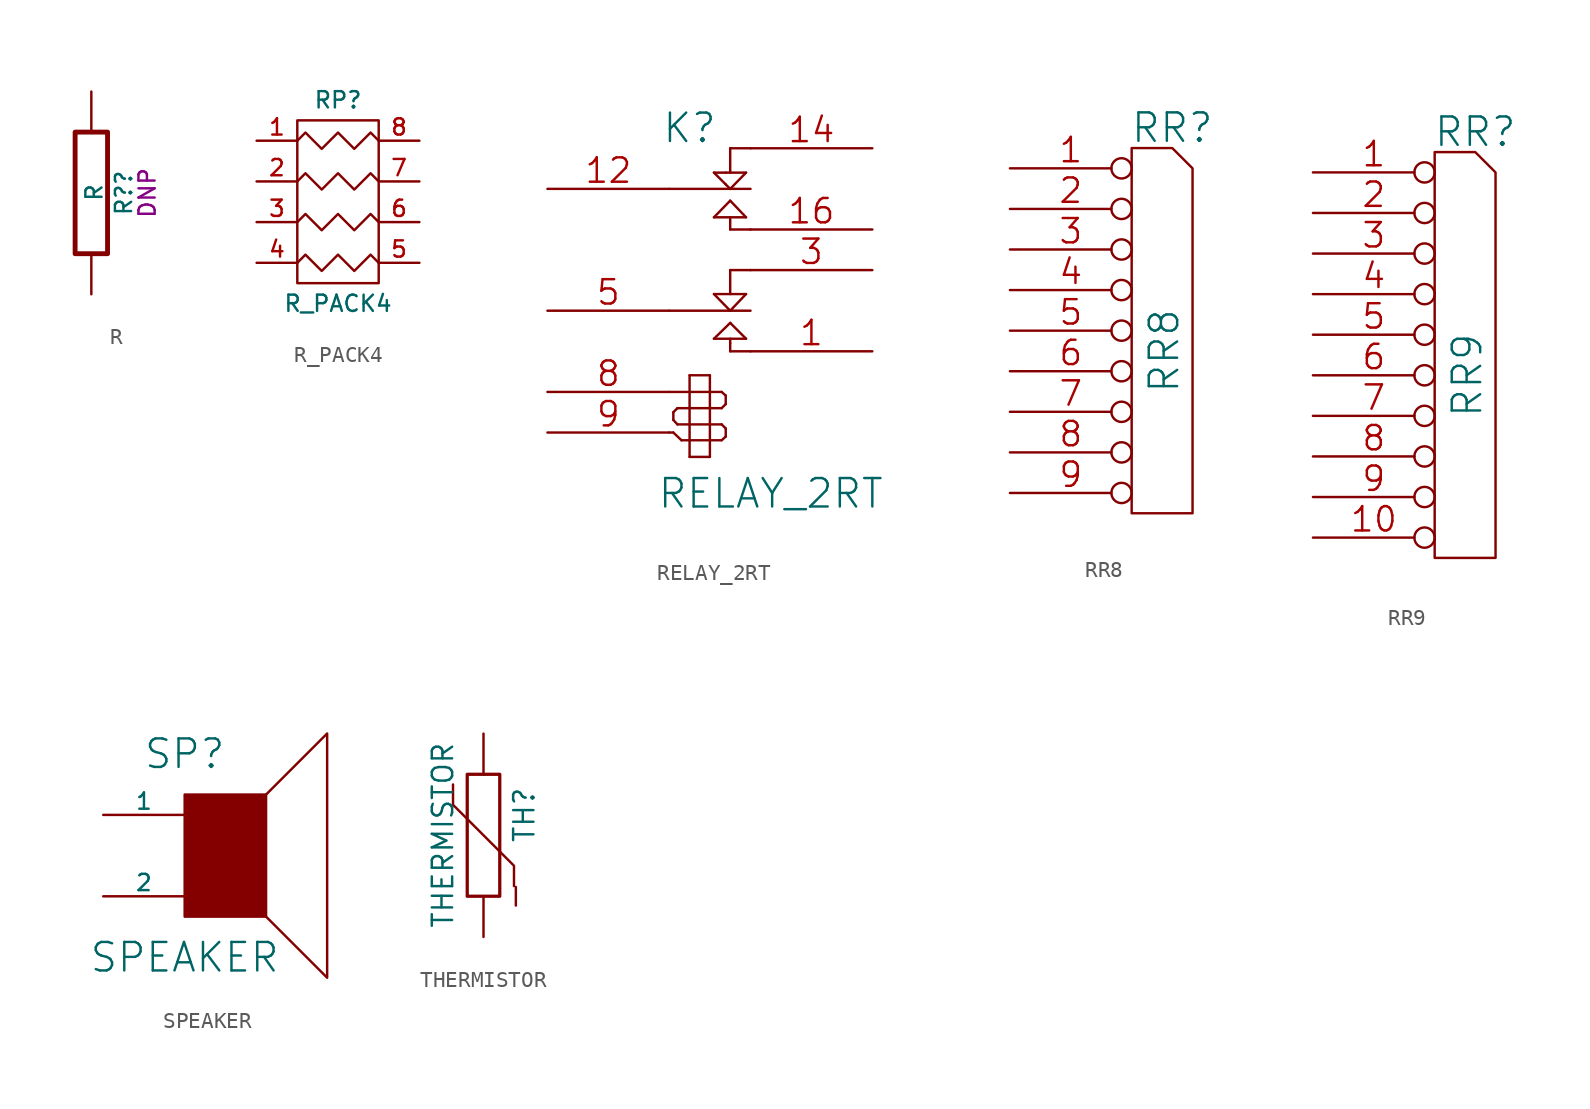
<source format=kicad_sym>
(kicad_symbol_lib
  (version 20211014)
  (generator kicad_symbol_editor)
  (symbol "R"
    (pin_numbers hide)
    (pin_names
      (offset 0))
    (property "Reference" "R?"
      (at 2.032 0 90)
      (effects (font (size 1.016 1.016))))
    (property "Value" "R"
      (at 0.178 0.025 90)
      (effects (font (size 1.016 1.016))))
    (property "LCSC" "DNP"
      (at 3.505 0 90)
      (effects (font (size 1.016 1.016))))
    (symbol "R_0_1"
      (rectangle (start -1.016 3.81) (end 1.016 -3.81) (stroke (width 0.305) (type default) (color 0 0 0 0)) (fill (type none))))
    (symbol "R_1_1"
      (pin passive line (at 0 6.35 270) (length 2.54) (name "~" (effects (font (size 1.524 1.524)))) (number "1" (effects (font (size 1.524 1.524)))))
      (pin passive line (at 0 -6.35 90) (length 2.54) (name "~" (effects (font (size 1.524 1.524)))) (number "2" (effects (font (size 1.524 1.524)))))))
  (symbol "R_PACK4"
    (pin_names hide)
    (property "Reference" "RP"
      (at 0 11.43 0)
      (effects (font (size 1.016 1.016))))
    (property "Value" "R_PACK4"
      (at 0 -1.27 0)
      (effects (font (size 1.016 1.016))))
    (property "Footprint" ""
      (at 0 0 0)
      (effects (font (size 1.524 1.524))))
    (property "Datasheet" ""
      (at 0 0 0)
      (effects (font (size 1.524 1.524))))
    (symbol "R_PACK4_0_1"
      (polyline (pts (xy -2.54 10.16) (xy -2.54 0) (xy 2.54 0) (xy 2.54 10.16) (xy -2.54 10.16)) (stroke (width 0) (type default) (color 0 0 0 0)) (fill (type none)))
      (polyline (pts (xy -2.54 1.27) (xy -2.032 1.778) (xy -1.016 0.762) (xy 0 1.778) (xy 1.016 0.762) (xy 2.032 1.778) (xy 2.54 1.27)) (stroke (width 0) (type default) (color 0 0 0 0)) (fill (type none)))
      (polyline (pts (xy -2.54 3.81) (xy -2.032 4.318) (xy -1.016 3.302) (xy 0 4.318) (xy 1.016 3.302) (xy 2.032 4.318) (xy 2.54 3.81)) (stroke (width 0) (type default) (color 0 0 0 0)) (fill (type none)))
      (polyline (pts (xy -2.54 6.35) (xy -2.032 6.858) (xy -1.016 5.842) (xy 0 6.858) (xy 1.016 5.842) (xy 2.032 6.858) (xy 2.54 6.35)) (stroke (width 0) (type default) (color 0 0 0 0)) (fill (type none)))
      (polyline (pts (xy -2.54 8.89) (xy -2.032 9.398) (xy -1.016 8.382) (xy 0 9.398) (xy 1.016 8.382) (xy 2.032 9.398) (xy 2.54 8.89)) (stroke (width 0) (type default) (color 0 0 0 0)) (fill (type none))))
    (symbol "R_PACK4_1_1"
      (pin passive line (at -5.08 8.89 0) (length 2.54) (name "P1" (effects (font (size 1.016 1.016)))) (number "1" (effects (font (size 1.016 1.016)))))
      (pin passive line (at -5.08 6.35 0) (length 2.54) (name "P2" (effects (font (size 1.016 1.016)))) (number "2" (effects (font (size 1.016 1.016)))))
      (pin passive line (at -5.08 3.81 0) (length 2.54) (name "P3" (effects (font (size 1.016 1.016)))) (number "3" (effects (font (size 1.016 1.016)))))
      (pin passive line (at -5.08 1.27 0) (length 2.54) (name "P4" (effects (font (size 1.016 1.016)))) (number "4" (effects (font (size 1.016 1.016)))))
      (pin passive line (at 5.08 1.27 180) (length 2.54) (name "R4" (effects (font (size 1.016 1.016)))) (number "5" (effects (font (size 1.016 1.016)))))
      (pin passive line (at 5.08 3.81 180) (length 2.54) (name "R3" (effects (font (size 1.016 1.016)))) (number "6" (effects (font (size 1.016 1.016)))))
      (pin passive line (at 5.08 6.35 180) (length 2.54) (name "R2" (effects (font (size 1.016 1.016)))) (number "7" (effects (font (size 1.016 1.016)))))
      (pin passive line (at 5.08 8.89 180) (length 2.54) (name "R1" (effects (font (size 1.016 1.016)))) (number "8" (effects (font (size 1.016 1.016)))))))
  (symbol "RELAY_2RT"
    (pin_names
      (offset 1.016) hide)
    (property "Reference" "K"
      (at -1.27 10.16 0)
      (effects (font (size 1.778 1.778))))
    (property "Value" "RELAY_2RT"
      (at 3.81 -12.7 0)
      (effects (font (size 1.778 1.778))))
    (property "Footprint" ""
      (at 0 0 0)
      (effects (font (size 1.524 1.524))))
    (property "Datasheet" ""
      (at 0 0 0)
      (effects (font (size 1.524 1.524))))
    (symbol "RELAY_2RT_0_1"
      (polyline (pts (xy -2.54 -8.89) (xy -2.286 -8.89)) (stroke (width 0) (type default) (color 0 0 0 0)) (fill (type none)))
      (polyline (pts (xy -2.54 -6.35) (xy -1.27 -6.35)) (stroke (width 0) (type default) (color 0 0 0 0)) (fill (type none)))
      (polyline (pts (xy -2.54 -1.27) (xy 1.27 -1.27)) (stroke (width 0) (type default) (color 0 0 0 0)) (fill (type none)))
      (polyline (pts (xy -2.286 -8.89) (xy -1.778 -9.373)) (stroke (width 0) (type default) (color 0 0 0 0)) (fill (type none)))
      (polyline (pts (xy -2.286 -8.103) (xy -2.286 -7.62)) (stroke (width 0) (type default) (color 0 0 0 0)) (fill (type none)))
      (polyline (pts (xy -2.032 -8.382) (xy -2.286 -8.103)) (stroke (width 0) (type default) (color 0 0 0 0)) (fill (type none)))
      (polyline (pts (xy -2.032 -7.366) (xy -2.286 -7.62)) (stroke (width 0) (type default) (color 0 0 0 0)) (fill (type none)))
      (polyline (pts (xy -1.778 -9.373) (xy -1.27 -9.373)) (stroke (width 0) (type default) (color 0 0 0 0)) (fill (type none)))
      (polyline (pts (xy -1.27 -10.414) (xy -1.27 -5.309)) (stroke (width 0) (type default) (color 0 0 0 0)) (fill (type none)))
      (polyline (pts (xy -1.27 -8.382) (xy -2.032 -8.382)) (stroke (width 0) (type default) (color 0 0 0 0)) (fill (type none)))
      (polyline (pts (xy -1.27 -8.382) (xy 0 -8.382)) (stroke (width 0) (type default) (color 0 0 0 0)) (fill (type none)))
      (polyline (pts (xy -1.27 -7.366) (xy -2.032 -7.366)) (stroke (width 0) (type default) (color 0 0 0 0)) (fill (type none)))
      (polyline (pts (xy -1.27 -6.35) (xy 0 -6.35)) (stroke (width 0) (type default) (color 0 0 0 0)) (fill (type none)))
      (polyline (pts (xy -1.27 -5.309) (xy 0 -5.309)) (stroke (width 0) (type default) (color 0 0 0 0)) (fill (type none)))
      (polyline (pts (xy 0 -10.414) (xy -1.27 -10.414)) (stroke (width 0) (type default) (color 0 0 0 0)) (fill (type none)))
      (polyline (pts (xy 0 -9.373) (xy -1.27 -9.373)) (stroke (width 0) (type default) (color 0 0 0 0)) (fill (type none)))
      (polyline (pts (xy 0 -9.373) (xy 0.737 -9.373)) (stroke (width 0) (type default) (color 0 0 0 0)) (fill (type none)))
      (polyline (pts (xy 0 -8.382) (xy 0.737 -8.382)) (stroke (width 0) (type default) (color 0 0 0 0)) (fill (type none)))
      (polyline (pts (xy 0 -7.366) (xy -1.27 -7.366)) (stroke (width 0) (type default) (color 0 0 0 0)) (fill (type none)))
      (polyline (pts (xy 0 -7.366) (xy 0.737 -7.366)) (stroke (width 0) (type default) (color 0 0 0 0)) (fill (type none)))
      (polyline (pts (xy 0 -6.35) (xy 0.737 -6.35)) (stroke (width 0) (type default) (color 0 0 0 0)) (fill (type none)))
      (polyline (pts (xy 0 -5.309) (xy 0 -10.414)) (stroke (width 0) (type default) (color 0 0 0 0)) (fill (type none)))
      (polyline (pts (xy 0.254 -3.023) (xy 2.261 -3.023)) (stroke (width 0) (type default) (color 0 0 0 0)) (fill (type none)))
      (polyline (pts (xy 0.254 -0.229) (xy 2.261 -0.229)) (stroke (width 0) (type default) (color 0 0 0 0)) (fill (type none)))
      (polyline (pts (xy 0.254 4.572) (xy 1.27 5.613)) (stroke (width 0) (type default) (color 0 0 0 0)) (fill (type none)))
      (polyline (pts (xy 0.254 7.366) (xy 0.991 7.366)) (stroke (width 0) (type default) (color 0 0 0 0)) (fill (type none)))
      (polyline (pts (xy 0.737 -9.373) (xy 0.991 -9.144)) (stroke (width 0) (type default) (color 0 0 0 0)) (fill (type none)))
      (polyline (pts (xy 0.737 -8.382) (xy 0.991 -8.636)) (stroke (width 0) (type default) (color 0 0 0 0)) (fill (type none)))
      (polyline (pts (xy 0.737 -7.366) (xy 0.991 -7.112)) (stroke (width 0) (type default) (color 0 0 0 0)) (fill (type none)))
      (polyline (pts (xy 0.737 -6.35) (xy 0.991 -6.579)) (stroke (width 0) (type default) (color 0 0 0 0)) (fill (type none)))
      (polyline (pts (xy 0.991 -9.144) (xy 0.991 -8.636)) (stroke (width 0) (type default) (color 0 0 0 0)) (fill (type none)))
      (polyline (pts (xy 0.991 -6.579) (xy 0.991 -7.112)) (stroke (width 0) (type default) (color 0 0 0 0)) (fill (type none)))
      (polyline (pts (xy 0.991 6.629) (xy 0.254 7.366)) (stroke (width 0) (type default) (color 0 0 0 0)) (fill (type none)))
      (polyline (pts (xy 0.991 6.629) (xy 1.27 6.35)) (stroke (width 0) (type default) (color 0 0 0 0)) (fill (type none)))
      (polyline (pts (xy 0.991 7.366) (xy 2.261 7.366)) (stroke (width 0) (type default) (color 0 0 0 0)) (fill (type none)))
      (polyline (pts (xy 1.27 -3.81) (xy 1.27 -3.302)) (stroke (width 0) (type default) (color 0 0 0 0)) (fill (type none)))
      (polyline (pts (xy 1.27 -3.302) (xy 1.27 -3.023)) (stroke (width 0) (type default) (color 0 0 0 0)) (fill (type none)))
      (polyline (pts (xy 1.27 -2.032) (xy 0.254 -3.023)) (stroke (width 0) (type default) (color 0 0 0 0)) (fill (type none)))
      (polyline (pts (xy 1.27 -1.27) (xy 0.254 -0.229)) (stroke (width 0) (type default) (color 0 0 0 0)) (fill (type none)))
      (polyline (pts (xy 1.27 -1.27) (xy 2.54 -1.27)) (stroke (width 0) (type default) (color 0 0 0 0)) (fill (type none)))
      (polyline (pts (xy 1.27 1.27) (xy 1.27 -0.229)) (stroke (width 0) (type default) (color 0 0 0 0)) (fill (type none)))
      (polyline (pts (xy 1.27 1.27) (xy 2.54 1.27)) (stroke (width 0) (type default) (color 0 0 0 0)) (fill (type none)))
      (polyline (pts (xy 1.27 3.81) (xy 1.27 4.572)) (stroke (width 0) (type default) (color 0 0 0 0)) (fill (type none)))
      (polyline (pts (xy 1.27 3.81) (xy 2.54 3.81)) (stroke (width 0) (type default) (color 0 0 0 0)) (fill (type none)))
      (polyline (pts (xy 1.27 5.613) (xy 2.261 4.572)) (stroke (width 0) (type default) (color 0 0 0 0)) (fill (type none)))
      (polyline (pts (xy 1.27 6.35) (xy -2.54 6.35)) (stroke (width 0) (type default) (color 0 0 0 0)) (fill (type none)))
      (polyline (pts (xy 1.27 6.35) (xy 1.524 6.35)) (stroke (width 0) (type default) (color 0 0 0 0)) (fill (type none)))
      (polyline (pts (xy 1.27 8.89) (xy 1.27 7.366)) (stroke (width 0) (type default) (color 0 0 0 0)) (fill (type none)))
      (polyline (pts (xy 1.27 8.89) (xy 2.54 8.89)) (stroke (width 0) (type default) (color 0 0 0 0)) (fill (type none)))
      (polyline (pts (xy 1.524 6.35) (xy 2.54 6.35)) (stroke (width 0) (type default) (color 0 0 0 0)) (fill (type none)))
      (polyline (pts (xy 2.261 -3.023) (xy 1.27 -2.032)) (stroke (width 0) (type default) (color 0 0 0 0)) (fill (type none)))
      (polyline (pts (xy 2.261 -0.229) (xy 1.27 -1.27)) (stroke (width 0) (type default) (color 0 0 0 0)) (fill (type none)))
      (polyline (pts (xy 2.261 4.572) (xy 0.254 4.572)) (stroke (width 0) (type default) (color 0 0 0 0)) (fill (type none)))
      (polyline (pts (xy 2.261 7.366) (xy 1.27 6.35)) (stroke (width 0) (type default) (color 0 0 0 0)) (fill (type none)))
      (polyline (pts (xy 2.54 -3.81) (xy 1.27 -3.81)) (stroke (width 0) (type default) (color 0 0 0 0)) (fill (type none))))
    (symbol "RELAY_2RT_1_1"
      (pin passive line (at 10.16 -3.81 180) (length 7.62) (name "T1" (effects (font (size 1.524 1.524)))) (number "1" (effects (font (size 1.524 1.524)))))
      (pin passive line (at -10.16 6.35 0) (length 7.62) (name "C2" (effects (font (size 1.524 1.524)))) (number "12" (effects (font (size 1.524 1.524)))))
      (pin passive line (at 10.16 8.89 180) (length 7.62) (name "R2" (effects (font (size 1.524 1.524)))) (number "14" (effects (font (size 1.524 1.524)))))
      (pin passive line (at 10.16 3.81 180) (length 7.62) (name "T2" (effects (font (size 1.524 1.524)))) (number "16" (effects (font (size 1.524 1.524)))))
      (pin passive line (at 10.16 1.27 180) (length 7.62) (name "R1" (effects (font (size 1.524 1.524)))) (number "3" (effects (font (size 1.524 1.524)))))
      (pin passive line (at -10.16 -1.27 0) (length 7.62) (name "C1" (effects (font (size 1.524 1.524)))) (number "5" (effects (font (size 1.524 1.524)))))
      (pin input line (at -10.16 -6.35 0) (length 7.62) (name "8" (effects (font (size 1.524 1.524)))) (number "8" (effects (font (size 1.524 1.524)))))
      (pin input line (at -10.16 -8.89 0) (length 7.62) (name "9" (effects (font (size 1.524 1.524)))) (number "9" (effects (font (size 1.524 1.524)))))))
  (symbol "RR8"
    (pin_names
      (offset 1.016) hide)
    (property "Reference" "RR"
      (at 1.27 13.97 0)
      (effects (font (size 1.778 1.778))))
    (property "Value" "RR8"
      (at 0.762 0 90)
      (effects (font (size 1.778 1.778))))
    (property "Footprint" ""
      (at 0 0 0)
      (effects (font (size 1.524 1.524))))
    (property "Datasheet" ""
      (at 0 0 0)
      (effects (font (size 1.524 1.524))))
    (symbol "RR8_0_1"
      (polyline (pts (xy -1.27 -10.16) (xy -1.27 12.7) (xy 1.27 12.7) (xy 2.54 11.43) (xy 2.54 -10.16) (xy -1.27 -10.16)) (stroke (width 0) (type default) (color 0 0 0 0)) (fill (type none))))
    (symbol "RR8_1_1"
      (pin passive inverted (at -8.89 11.43 0) (length 7.62) (name "COM" (effects (font (size 1.524 1.524)))) (number "1" (effects (font (size 1.524 1.524)))))
      (pin passive inverted (at -8.89 8.89 0) (length 7.62) (name "2" (effects (font (size 1.524 1.524)))) (number "2" (effects (font (size 1.524 1.524)))))
      (pin passive inverted (at -8.89 6.35 0) (length 7.62) (name "3" (effects (font (size 1.524 1.524)))) (number "3" (effects (font (size 1.524 1.524)))))
      (pin passive inverted (at -8.89 3.81 0) (length 7.62) (name "4" (effects (font (size 1.524 1.524)))) (number "4" (effects (font (size 1.524 1.524)))))
      (pin passive inverted (at -8.89 1.27 0) (length 7.62) (name "5" (effects (font (size 1.524 1.524)))) (number "5" (effects (font (size 1.524 1.524)))))
      (pin passive inverted (at -8.89 -1.27 0) (length 7.62) (name "6" (effects (font (size 1.524 1.524)))) (number "6" (effects (font (size 1.524 1.524)))))
      (pin passive inverted (at -8.89 -3.81 0) (length 7.62) (name "7" (effects (font (size 1.524 1.524)))) (number "7" (effects (font (size 1.524 1.524)))))
      (pin passive inverted (at -8.89 -6.35 0) (length 7.62) (name "8" (effects (font (size 1.524 1.524)))) (number "8" (effects (font (size 1.524 1.524)))))
      (pin passive inverted (at -8.89 -8.89 0) (length 7.62) (name "9" (effects (font (size 1.524 1.524)))) (number "9" (effects (font (size 1.524 1.524)))))))
  (symbol "RR9"
    (pin_names
      (offset 1.016) hide)
    (property "Reference" "RR"
      (at 1.27 15.24 0)
      (effects (font (size 1.778 1.778))))
    (property "Value" "RR9"
      (at 0.762 0 90)
      (effects (font (size 1.778 1.778))))
    (property "Footprint" ""
      (at 0 0 0)
      (effects (font (size 1.524 1.524))))
    (property "Datasheet" ""
      (at 0 0 0)
      (effects (font (size 1.524 1.524))))
    (symbol "RR9_0_1"
      (polyline (pts (xy -1.27 -11.43) (xy -1.27 13.97) (xy 1.27 13.97) (xy 2.54 12.7) (xy 2.54 -11.43) (xy -1.27 -11.43)) (stroke (width 0) (type default) (color 0 0 0 0)) (fill (type none))))
    (symbol "RR9_1_1"
      (pin passive inverted (at -8.89 12.7 0) (length 7.62) (name "COM" (effects (font (size 1.524 1.524)))) (number "1" (effects (font (size 1.524 1.524)))))
      (pin passive inverted (at -8.89 -10.16 0) (length 7.62) (name "10" (effects (font (size 1.524 1.524)))) (number "10" (effects (font (size 1.524 1.524)))))
      (pin passive inverted (at -8.89 10.16 0) (length 7.62) (name "2" (effects (font (size 1.524 1.524)))) (number "2" (effects (font (size 1.524 1.524)))))
      (pin passive inverted (at -8.89 7.62 0) (length 7.62) (name "3" (effects (font (size 1.524 1.524)))) (number "3" (effects (font (size 1.524 1.524)))))
      (pin passive inverted (at -8.89 5.08 0) (length 7.62) (name "4" (effects (font (size 1.524 1.524)))) (number "4" (effects (font (size 1.524 1.524)))))
      (pin passive inverted (at -8.89 2.54 0) (length 7.62) (name "5" (effects (font (size 1.524 1.524)))) (number "5" (effects (font (size 1.524 1.524)))))
      (pin passive inverted (at -8.89 0 0) (length 7.62) (name "6" (effects (font (size 1.524 1.524)))) (number "6" (effects (font (size 1.524 1.524)))))
      (pin passive inverted (at -8.89 -2.54 0) (length 7.62) (name "7" (effects (font (size 1.524 1.524)))) (number "7" (effects (font (size 1.524 1.524)))))
      (pin passive inverted (at -8.89 -5.08 0) (length 7.62) (name "8" (effects (font (size 1.524 1.524)))) (number "8" (effects (font (size 1.524 1.524)))))
      (pin passive inverted (at -8.89 -7.62 0) (length 7.62) (name "9" (effects (font (size 1.524 1.524)))) (number "9" (effects (font (size 1.524 1.524)))))))
  (symbol "SPEAKER"
    (pin_numbers hide)
    (pin_names
      (offset 0))
    (property "Reference" "SP"
      (at -2.54 6.35 0)
      (effects (font (size 1.778 1.778))))
    (property "Value" "SPEAKER"
      (at -2.54 -6.35 0)
      (effects (font (size 1.778 1.778))))
    (property "Footprint" ""
      (at 0 0 0)
      (effects (font (size 1.524 1.524))))
    (property "Datasheet" ""
      (at 0 0 0)
      (effects (font (size 1.524 1.524))))
    (symbol "SPEAKER_0_0"
      (polyline (pts (xy 2.54 3.81) (xy 6.35 7.62) (xy 6.35 -7.62) (xy 2.54 -3.81)) (stroke (width 0) (type default) (color 0 0 0 0)) (fill (type none)))
      (polyline (pts (xy -2.54 3.81) (xy 2.54 3.81) (xy 2.54 -3.81) (xy -2.54 -3.81) (xy -2.54 3.81)) (stroke (width 0) (type default) (color 0 0 0 0)) (fill (type outline))))
    (symbol "SPEAKER_1_1"
      (pin input line (at -7.62 2.54 0) (length 5.08) (name "1" (effects (font (size 1.016 1.016)))) (number "1" (effects (font (size 1.016 1.016)))))
      (pin input line (at -7.62 -2.54 0) (length 5.08) (name "2" (effects (font (size 1.016 1.016)))) (number "2" (effects (font (size 1.016 1.016)))))))
  (symbol "THERMISTOR"
    (pin_numbers hide)
    (pin_names
      (offset 0))
    (property "Reference" "TH"
      (at 2.54 1.27 90)
      (effects (font (size 1.27 1.27))))
    (property "Value" "THERMISTOR"
      (at -2.54 0 90)
      (effects (font (size 1.27 1.27))))
    (property "Footprint" ""
      (at 0 0 0)
      (effects (font (size 1.524 1.524))))
    (property "Datasheet" ""
      (at 0 0 0)
      (effects (font (size 1.524 1.524))))
    (symbol "THERMISTOR_0_1"
      (rectangle (start -1.016 3.81) (end 1.016 -3.81) (stroke (width 0.203) (type default) (color 0 0 0 0)) (fill (type none)))
      (polyline (pts (xy -1.905 3.175) (xy -1.905 1.905) (xy 1.905 -1.905) (xy 1.905 -3.175) (xy 1.905 -3.175)) (stroke (width 0) (type default) (color 0 0 0 0)) (fill (type none)))
      (text "-" (at 1.905 -3.81 900) (effects (font (size 1.524 1.524)))))
    (symbol "THERMISTOR_1_1"
      (pin passive line (at 0 6.35 270) (length 2.54) (name "~" (effects (font (size 1.524 1.524)))) (number "1" (effects (font (size 1.524 1.524)))))
      (pin passive line (at 0 -6.35 90) (length 2.54) (name "~" (effects (font (size 1.524 1.524)))) (number "2" (effects (font (size 1.524 1.524))))))))
</source>
